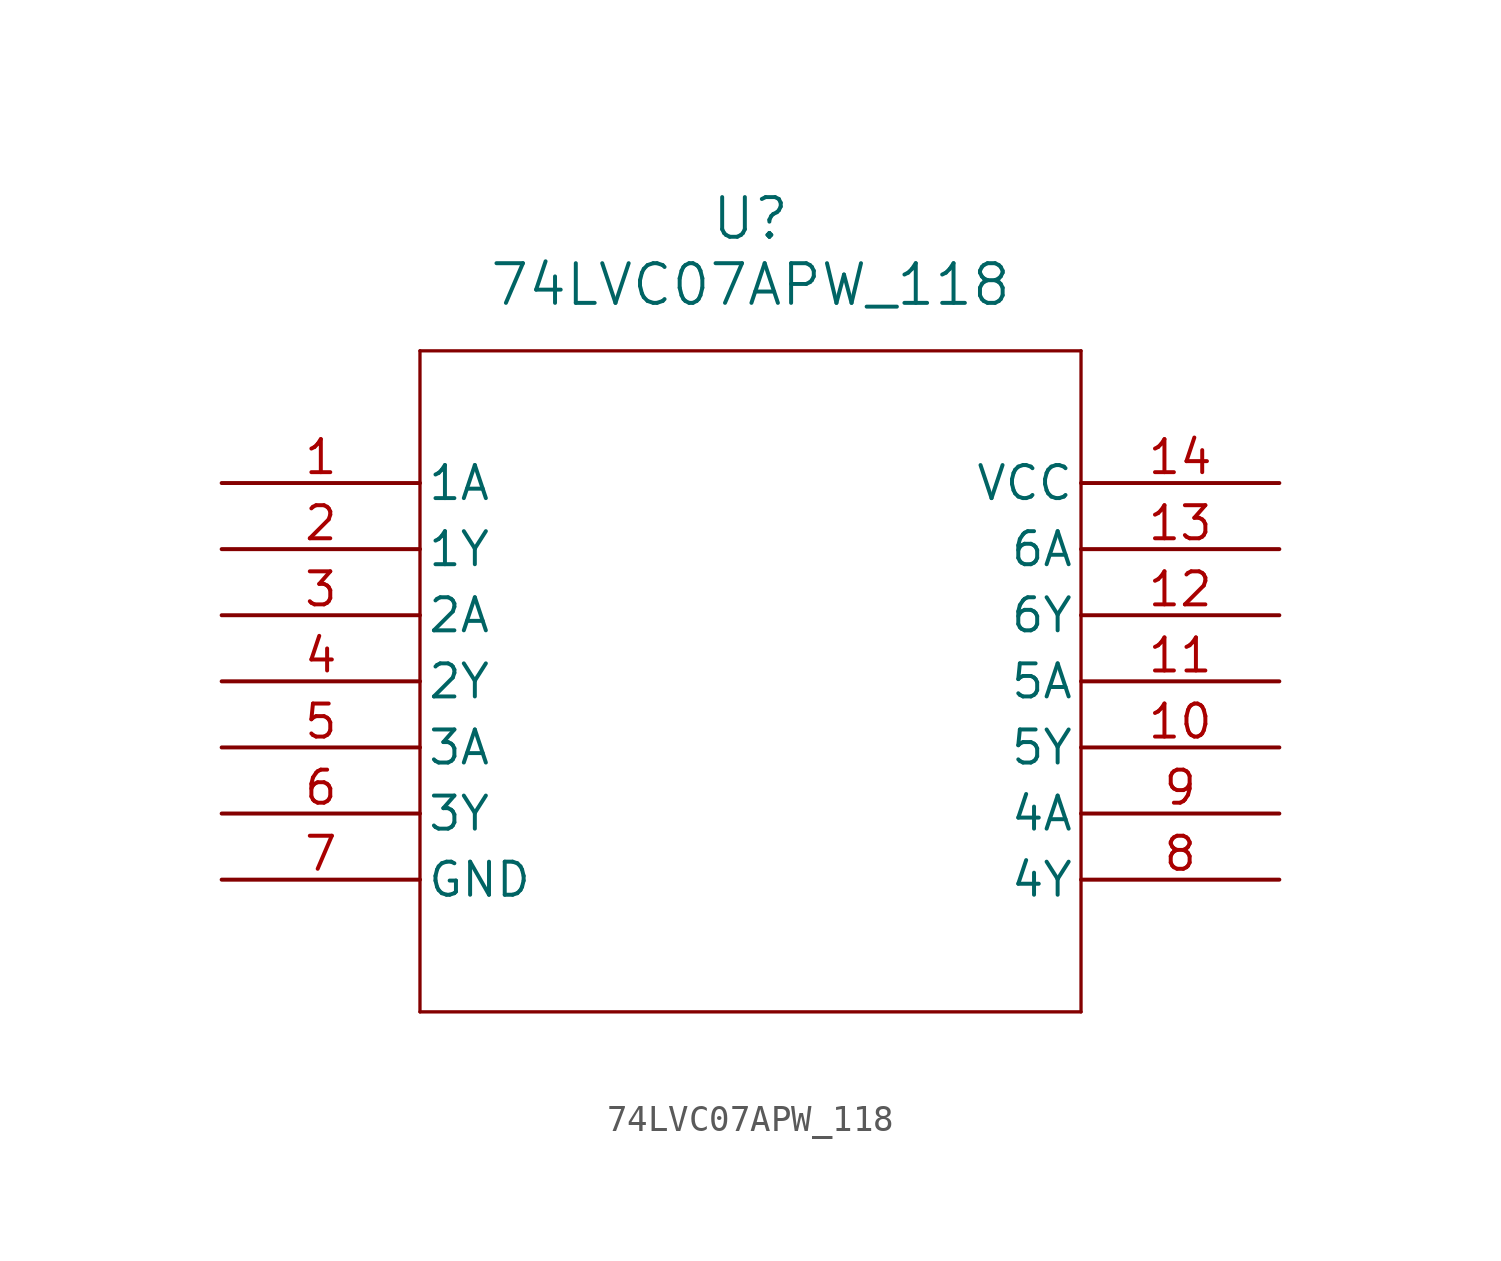
<source format=kicad_sym>
(kicad_symbol_lib
  (version 20211014)
  (generator kicad_symbol_editor)
  (symbol "74LVC07APW_118"
    (pin_names
      (offset 0.254))
    (property "Reference" "U"
      (at 20.32 10.16 0)
      (effects (font (size 1.524 1.524))))
    (property "Value" "74LVC07APW_118"
      (at 20.32 7.62 0)
      (effects (font (size 1.524 1.524))))
    (symbol "74LVC07APW_118_0_1"
      (polyline (pts (xy 7.62 5.08) (xy 7.62 -20.32)) (stroke (width 0.127) (type default) (color 0 0 0 0)) (fill (type none)))
      (polyline (pts (xy 7.62 -20.32) (xy 33.02 -20.32)) (stroke (width 0.127) (type default) (color 0 0 0 0)) (fill (type none)))
      (polyline (pts (xy 33.02 -20.32) (xy 33.02 5.08)) (stroke (width 0.127) (type default) (color 0 0 0 0)) (fill (type none)))
      (polyline (pts (xy 33.02 5.08) (xy 7.62 5.08)) (stroke (width 0.127) (type default) (color 0 0 0 0)) (fill (type none)))
      (pin input line (at 0 0 0) (length 7.62) (name "1A" (effects (font (size 1.27 1.27)))) (number "1" (effects (font (size 1.27 1.27)))))
      (pin output line (at 0 -2.54 0) (length 7.62) (name "1Y" (effects (font (size 1.27 1.27)))) (number "2" (effects (font (size 1.27 1.27)))))
      (pin input line (at 0 -5.08 0) (length 7.62) (name "2A" (effects (font (size 1.27 1.27)))) (number "3" (effects (font (size 1.27 1.27)))))
      (pin output line (at 0 -7.62 0) (length 7.62) (name "2Y" (effects (font (size 1.27 1.27)))) (number "4" (effects (font (size 1.27 1.27)))))
      (pin input line (at 0 -10.16 0) (length 7.62) (name "3A" (effects (font (size 1.27 1.27)))) (number "5" (effects (font (size 1.27 1.27)))))
      (pin output line (at 0 -12.7 0) (length 7.62) (name "3Y" (effects (font (size 1.27 1.27)))) (number "6" (effects (font (size 1.27 1.27)))))
      (pin power_in line (at 0 -15.24 0) (length 7.62) (name "GND" (effects (font (size 1.27 1.27)))) (number "7" (effects (font (size 1.27 1.27)))))
      (pin output line (at 40.64 -15.24 180) (length 7.62) (name "4Y" (effects (font (size 1.27 1.27)))) (number "8" (effects (font (size 1.27 1.27)))))
      (pin input line (at 40.64 -12.7 180) (length 7.62) (name "4A" (effects (font (size 1.27 1.27)))) (number "9" (effects (font (size 1.27 1.27)))))
      (pin output line (at 40.64 -10.16 180) (length 7.62) (name "5Y" (effects (font (size 1.27 1.27)))) (number "10" (effects (font (size 1.27 1.27)))))
      (pin input line (at 40.64 -7.62 180) (length 7.62) (name "5A" (effects (font (size 1.27 1.27)))) (number "11" (effects (font (size 1.27 1.27)))))
      (pin output line (at 40.64 -5.08 180) (length 7.62) (name "6Y" (effects (font (size 1.27 1.27)))) (number "12" (effects (font (size 1.27 1.27)))))
      (pin input line (at 40.64 -2.54 180) (length 7.62) (name "6A" (effects (font (size 1.27 1.27)))) (number "13" (effects (font (size 1.27 1.27)))))
      (pin power_in line (at 40.64 0 180) (length 7.62) (name "VCC" (effects (font (size 1.27 1.27)))) (number "14" (effects (font (size 1.27 1.27))))))))
</source>
